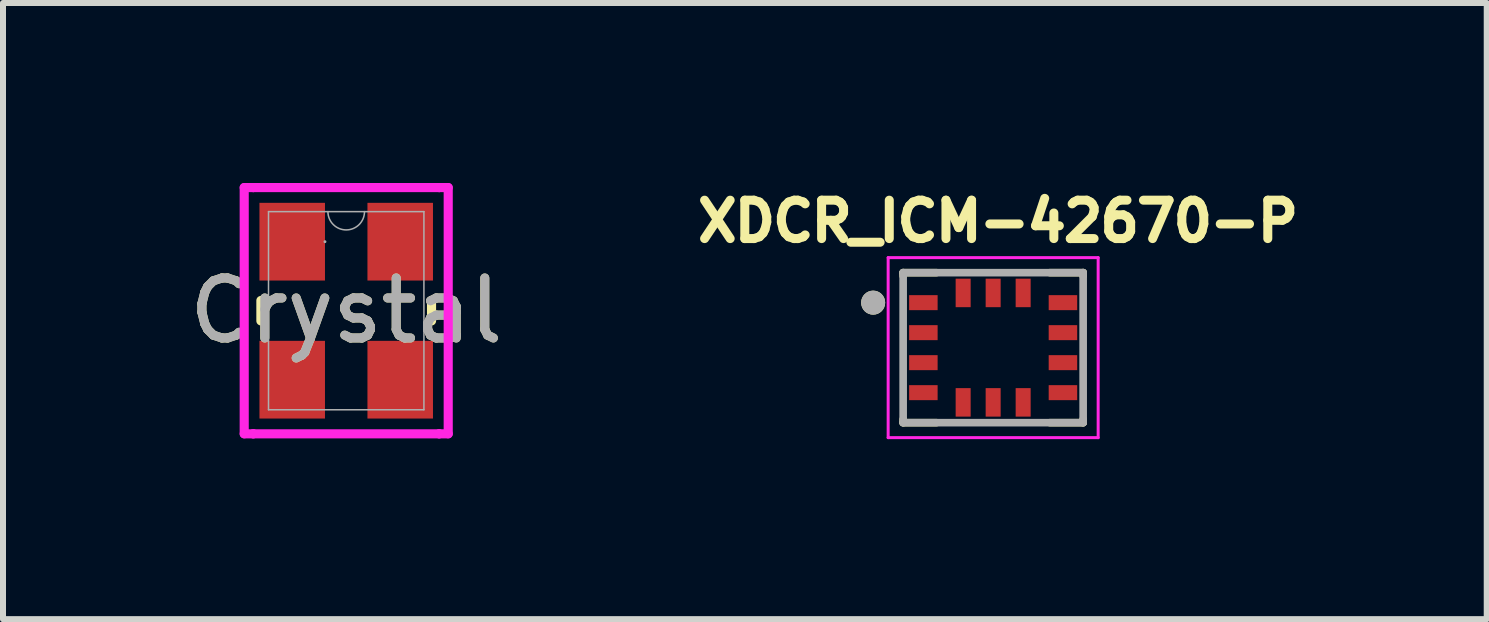
<source format=kicad_pcb>
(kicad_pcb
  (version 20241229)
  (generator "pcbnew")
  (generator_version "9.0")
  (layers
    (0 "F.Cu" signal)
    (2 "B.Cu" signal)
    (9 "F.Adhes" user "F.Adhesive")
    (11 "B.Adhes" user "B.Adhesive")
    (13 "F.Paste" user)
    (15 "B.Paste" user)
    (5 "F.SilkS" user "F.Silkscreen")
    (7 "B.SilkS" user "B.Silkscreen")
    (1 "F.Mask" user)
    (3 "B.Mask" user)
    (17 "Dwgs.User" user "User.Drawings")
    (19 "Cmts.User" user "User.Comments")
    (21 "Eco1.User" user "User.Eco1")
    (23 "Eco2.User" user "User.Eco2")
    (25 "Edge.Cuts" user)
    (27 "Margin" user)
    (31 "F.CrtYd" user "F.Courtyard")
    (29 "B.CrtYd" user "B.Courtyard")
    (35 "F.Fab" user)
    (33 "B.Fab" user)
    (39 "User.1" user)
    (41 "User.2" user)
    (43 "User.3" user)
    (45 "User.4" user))
  (footprint "Crystal"
    (layer "F.Cu")
    (at 2.72 2.128)
    (property "Reference" "Crystal" (at 0 0 0) (unlocked yes) (layer "F.SilkS") (effects (font (size 1 1) (thickness 0.15))))
    (attr smd)
    (fp_line (start -1.422 -0.17) (end -1.422 0.17) (stroke (width 0.152) (type solid)) (layer "F.SilkS"))
    (fp_line (start 1.422 0.17) (end 1.422 -0.17) (stroke (width 0.152) (type solid)) (layer "F.SilkS"))
    (fp_line (start -1.7 -2.052) (end -1.549 -2.052) (stroke (width 0.152) (type solid)) (layer "F.CrtYd"))
    (fp_line (start -1.7 2.052) (end -1.7 -2.052) (stroke (width 0.152) (type solid)) (layer "F.CrtYd"))
    (fp_line (start -1.7 2.052) (end -1.549 2.052) (stroke (width 0.152) (type solid)) (layer "F.CrtYd"))
    (fp_line (start -1.549 -2.052) (end -1.549 -2.052) (stroke (width 0.152) (type solid)) (layer "F.CrtYd"))
    (fp_line (start -1.549 -2.052) (end 1.549 -2.052) (stroke (width 0.152) (type solid)) (layer "F.CrtYd"))
    (fp_line (start -1.549 2.052) (end -1.549 2.052) (stroke (width 0.152) (type solid)) (layer "F.CrtYd"))
    (fp_line (start 1.549 -2.052) (end 1.549 -2.052) (stroke (width 0.152) (type solid)) (layer "F.CrtYd"))
    (fp_line (start 1.549 2.052) (end -1.549 2.052) (stroke (width 0.152) (type solid)) (layer "F.CrtYd"))
    (fp_line (start 1.549 2.052) (end 1.549 2.052) (stroke (width 0.152) (type solid)) (layer "F.CrtYd"))
    (fp_line (start 1.7 -2.052) (end 1.549 -2.052) (stroke (width 0.152) (type solid)) (layer "F.CrtYd"))
    (fp_line (start 1.7 -2.052) (end 1.7 2.052) (stroke (width 0.152) (type solid)) (layer "F.CrtYd"))
    (fp_line (start 1.7 2.052) (end 1.549 2.052) (stroke (width 0.152) (type solid)) (layer "F.CrtYd"))
    (fp_line (start -1.295 -1.651) (end -1.295 1.651) (stroke (width 0.025) (type solid)) (layer "F.Fab"))
    (fp_line (start -1.295 1.651) (end 1.295 1.651) (stroke (width 0.025) (type solid)) (layer "F.Fab"))
    (fp_line (start 1.295 -1.651) (end -1.295 -1.651) (stroke (width 0.025) (type solid)) (layer "F.Fab"))
    (fp_line (start 1.295 1.651) (end 1.295 -1.651) (stroke (width 0.025) (type solid)) (layer "F.Fab"))
    (fp_arc (start 0.3048 -1.651) (mid 0 -1.3462) (end -0.3048 -1.651) (stroke (width 0.0254) (type solid)) (layer "F.Fab"))
    (fp_circle (center -0.354 -1.15) (end -0.354 -1.15) (stroke (width 0.025) (type solid)) (fill no) (layer "F.Fab"))
    (fp_text user "${REFERENCE}" (at 0 0 0) (unlocked yes) (layer "F.Fab") (effects (font (size 1 1) (thickness 0.15))))
    (pad "1" smd rect (at -0.9 -1.15) (size 1.092 1.295) (layers "F.Cu" "F.Mask" "F.Paste"))
    (pad "2" smd rect (at -0.9 1.15) (size 1.092 1.295) (layers "F.Cu" "F.Mask" "F.Paste"))
    (pad "3" smd rect (at 0.9 1.15) (size 1.092 1.295) (layers "F.Cu" "F.Mask" "F.Paste"))
    (pad "4" smd rect (at 0.9 -1.15) (size 1.092 1.295) (layers "F.Cu" "F.Mask" "F.Paste")))
  (footprint "XDCR_ICM-42670-P"
    (layer "F.Cu")
    (at 13.502 2.744)
    (property "Reference" "XDCR_ICM-42670-P" (at 0.082 -2.106 0) (layer "F.SilkS") (effects (font (size 0.64 0.64) (thickness 0.15))))
    (attr smd)
    (fp_poly (pts (xy -1.45 -0.925) (xy -0.875 -0.925) (xy -0.875 -0.575) (xy -1.45 -0.575)) (stroke (width 0.01) (type solid)) (fill yes) (layer "F.Mask"))
    (fp_poly (pts (xy -1.45 -0.425) (xy -0.875 -0.425) (xy -0.875 -0.075) (xy -1.45 -0.075)) (stroke (width 0.01) (type solid)) (fill yes) (layer "F.Mask"))
    (fp_poly (pts (xy -1.45 0.075) (xy -0.875 0.075) (xy -0.875 0.425) (xy -1.45 0.425)) (stroke (width 0.01) (type solid)) (fill yes) (layer "F.Mask"))
    (fp_poly (pts (xy -1.45 0.575) (xy -0.875 0.575) (xy -0.875 0.925) (xy -1.45 0.925)) (stroke (width 0.01) (type solid)) (fill yes) (layer "F.Mask"))
    (fp_poly (pts (xy -0.675 -1.2) (xy -0.325 -1.2) (xy -0.325 -0.625) (xy -0.675 -0.625)) (stroke (width 0.01) (type solid)) (fill yes) (layer "F.Mask"))
    (fp_poly (pts (xy -0.675 0.625) (xy -0.325 0.625) (xy -0.325 1.2) (xy -0.675 1.2)) (stroke (width 0.01) (type solid)) (fill yes) (layer "F.Mask"))
    (fp_poly (pts (xy -0.175 -1.2) (xy 0.175 -1.2) (xy 0.175 -0.625) (xy -0.175 -0.625)) (stroke (width 0.01) (type solid)) (fill yes) (layer "F.Mask"))
    (fp_poly (pts (xy -0.175 0.625) (xy 0.175 0.625) (xy 0.175 1.2) (xy -0.175 1.2)) (stroke (width 0.01) (type solid)) (fill yes) (layer "F.Mask"))
    (fp_poly (pts (xy 0.325 -1.2) (xy 0.675 -1.2) (xy 0.675 -0.625) (xy 0.325 -0.625)) (stroke (width 0.01) (type solid)) (fill yes) (layer "F.Mask"))
    (fp_poly (pts (xy 0.325 0.625) (xy 0.675 0.625) (xy 0.675 1.2) (xy 0.325 1.2)) (stroke (width 0.01) (type solid)) (fill yes) (layer "F.Mask"))
    (fp_poly (pts (xy 0.875 -0.925) (xy 1.45 -0.925) (xy 1.45 -0.575) (xy 0.875 -0.575)) (stroke (width 0.01) (type solid)) (fill yes) (layer "F.Mask"))
    (fp_poly (pts (xy 0.875 -0.425) (xy 1.45 -0.425) (xy 1.45 -0.075) (xy 0.875 -0.075)) (stroke (width 0.01) (type solid)) (fill yes) (layer "F.Mask"))
    (fp_poly (pts (xy 0.875 0.075) (xy 1.45 0.075) (xy 1.45 0.425) (xy 0.875 0.425)) (stroke (width 0.01) (type solid)) (fill yes) (layer "F.Mask"))
    (fp_poly (pts (xy 0.875 0.575) (xy 1.45 0.575) (xy 1.45 0.925) (xy 0.875 0.925)) (stroke (width 0.01) (type solid)) (fill yes) (layer "F.Mask"))
    (fp_line (start -1.5 -1.25) (end -0.945 -1.25) (stroke (width 0.127) (type solid)) (layer "F.SilkS"))
    (fp_line (start -1.5 -1.195) (end -1.5 -1.25) (stroke (width 0.127) (type solid)) (layer "F.SilkS"))
    (fp_line (start -1.5 1.25) (end -1.5 1.195) (stroke (width 0.127) (type solid)) (layer "F.SilkS"))
    (fp_line (start -0.945 1.25) (end -1.5 1.25) (stroke (width 0.127) (type solid)) (layer "F.SilkS"))
    (fp_line (start 0.945 -1.25) (end 1.5 -1.25) (stroke (width 0.127) (type solid)) (layer "F.SilkS"))
    (fp_line (start 1.5 -1.25) (end 1.5 -1.195) (stroke (width 0.127) (type solid)) (layer "F.SilkS"))
    (fp_line (start 1.5 1.25) (end 0.945 1.25) (stroke (width 0.127) (type solid)) (layer "F.SilkS"))
    (fp_line (start 1.5 1.25) (end 1.5 1.195) (stroke (width 0.127) (type solid)) (layer "F.SilkS"))
    (fp_circle (center -2 -0.75) (end -1.9 -0.75) (stroke (width 0.2) (type solid)) (fill no) (layer "F.SilkS"))
    (fp_poly (pts (xy -1.387 -0.869) (xy -0.938 -0.869) (xy -0.938 -0.631) (xy -1.387 -0.631)) (stroke (width 0.01) (type solid)) (fill yes) (layer "F.Paste"))
    (fp_poly (pts (xy -1.387 -0.369) (xy -0.938 -0.369) (xy -0.938 -0.131) (xy -1.387 -0.131)) (stroke (width 0.01) (type solid)) (fill yes) (layer "F.Paste"))
    (fp_poly (pts (xy -1.387 0.131) (xy -0.938 0.131) (xy -0.938 0.369) (xy -1.387 0.369)) (stroke (width 0.01) (type solid)) (fill yes) (layer "F.Paste"))
    (fp_poly (pts (xy -1.387 0.631) (xy -0.938 0.631) (xy -0.938 0.869) (xy -1.387 0.869)) (stroke (width 0.01) (type solid)) (fill yes) (layer "F.Paste"))
    (fp_poly (pts (xy -0.619 -1.137) (xy -0.381 -1.137) (xy -0.381 -0.688) (xy -0.619 -0.688)) (stroke (width 0.01) (type solid)) (fill yes) (layer "F.Paste"))
    (fp_poly (pts (xy -0.619 0.688) (xy -0.381 0.688) (xy -0.381 1.137) (xy -0.619 1.137)) (stroke (width 0.01) (type solid)) (fill yes) (layer "F.Paste"))
    (fp_poly (pts (xy -0.119 -1.137) (xy 0.119 -1.137) (xy 0.119 -0.688) (xy -0.119 -0.688)) (stroke (width 0.01) (type solid)) (fill yes) (layer "F.Paste"))
    (fp_poly (pts (xy -0.119 0.688) (xy 0.119 0.688) (xy 0.119 1.137) (xy -0.119 1.137)) (stroke (width 0.01) (type solid)) (fill yes) (layer "F.Paste"))
    (fp_poly (pts (xy 0.381 -1.137) (xy 0.619 -1.137) (xy 0.619 -0.688) (xy 0.381 -0.688)) (stroke (width 0.01) (type solid)) (fill yes) (layer "F.Paste"))
    (fp_poly (pts (xy 0.381 0.688) (xy 0.619 0.688) (xy 0.619 1.137) (xy 0.381 1.137)) (stroke (width 0.01) (type solid)) (fill yes) (layer "F.Paste"))
    (fp_poly (pts (xy 0.938 -0.869) (xy 1.387 -0.869) (xy 1.387 -0.631) (xy 0.938 -0.631)) (stroke (width 0.01) (type solid)) (fill yes) (layer "F.Paste"))
    (fp_poly (pts (xy 0.938 -0.369) (xy 1.387 -0.369) (xy 1.387 -0.131) (xy 0.938 -0.131)) (stroke (width 0.01) (type solid)) (fill yes) (layer "F.Paste"))
    (fp_poly (pts (xy 0.938 0.131) (xy 1.387 0.131) (xy 1.387 0.369) (xy 0.938 0.369)) (stroke (width 0.01) (type solid)) (fill yes) (layer "F.Paste"))
    (fp_poly (pts (xy 0.938 0.631) (xy 1.387 0.631) (xy 1.387 0.869) (xy 0.938 0.869)) (stroke (width 0.01) (type solid)) (fill yes) (layer "F.Paste"))
    (fp_line (start -1.75 -1.5) (end -1.75 1.5) (stroke (width 0.05) (type solid)) (layer "F.CrtYd"))
    (fp_line (start -1.75 1.5) (end 1.75 1.5) (stroke (width 0.05) (type solid)) (layer "F.CrtYd"))
    (fp_line (start 1.75 -1.5) (end -1.75 -1.5) (stroke (width 0.05) (type solid)) (layer "F.CrtYd"))
    (fp_line (start 1.75 1.5) (end 1.75 -1.5) (stroke (width 0.05) (type solid)) (layer "F.CrtYd"))
    (fp_line (start -1.5 -1.25) (end 1.5 -1.25) (stroke (width 0.127) (type solid)) (layer "F.Fab"))
    (fp_line (start -1.5 1.25) (end -1.5 -1.25) (stroke (width 0.127) (type solid)) (layer "F.Fab"))
    (fp_line (start 1.5 -1.25) (end 1.5 1.25) (stroke (width 0.127) (type solid)) (layer "F.Fab"))
    (fp_line (start 1.5 1.25) (end -1.5 1.25) (stroke (width 0.127) (type solid)) (layer "F.Fab"))
    (fp_circle (center -2 -0.75) (end -1.9 -0.75) (stroke (width 0.2) (type solid)) (fill no) (layer "F.Fab"))
    (pad "1" smd rect (at -1.163 -0.75) (size 0.475 0.25) (layers "F.Cu"))
    (pad "2" smd rect (at -1.163 -0.25) (size 0.475 0.25) (layers "F.Cu"))
    (pad "3" smd rect (at -1.163 0.25) (size 0.475 0.25) (layers "F.Cu"))
    (pad "4" smd rect (at -1.163 0.75) (size 0.475 0.25) (layers "F.Cu"))
    (pad "5" smd rect (at -0.5 0.912) (size 0.25 0.475) (layers "F.Cu"))
    (pad "6" smd rect (at 0 0.912) (size 0.25 0.475) (layers "F.Cu"))
    (pad "7" smd rect (at 0.5 0.912) (size 0.25 0.475) (layers "F.Cu"))
    (pad "8" smd rect (at 1.163 0.75) (size 0.475 0.25) (layers "F.Cu"))
    (pad "9" smd rect (at 1.163 0.25) (size 0.475 0.25) (layers "F.Cu"))
    (pad "10" smd rect (at 1.163 -0.25) (size 0.475 0.25) (layers "F.Cu"))
    (pad "11" smd rect (at 1.163 -0.75) (size 0.475 0.25) (layers "F.Cu"))
    (pad "12" smd rect (at 0.5 -0.912) (size 0.25 0.475) (layers "F.Cu"))
    (pad "13" smd rect (at 0 -0.912) (size 0.25 0.475) (layers "F.Cu"))
    (pad "14" smd rect (at -0.5 -0.912) (size 0.25 0.475) (layers "F.Cu"))
    (zone (net_name "") (layer "F.Cu") (hatch full 0.508) (connect_pads) (min_thickness 0.01) (filled_areas_thickness no) (keepout (tracks not_allowed) (vias not_allowed) (pads not_allowed) (copperpour not_allowed) (footprints allowed)) (placement (enabled no)) (fill) (polygon (pts (xy 12.577 2.069) (xy 14.427 2.069) (xy 14.427 3.419) (xy 12.577 3.419))))
    (zone (net_name "") (layers "F.Cu" "B.Cu") (hatch full 0.508) (connect_pads) (min_thickness 0.01) (filled_areas_thickness no) (keepout (tracks allowed) (vias not_allowed) (pads allowed) (copperpour allowed) (footprints allowed)) (placement (enabled no)) (fill) (polygon (pts (xy 12.577 2.069) (xy 14.427 2.069) (xy 14.427 3.419) (xy 12.577 3.419)))))
  (gr_rect
    (start -3 -3)
    (end 21.728 7.269)
    (stroke (width 0.1) (type default))
    (fill no)
    (layer "Edge.Cuts")))
</source>
